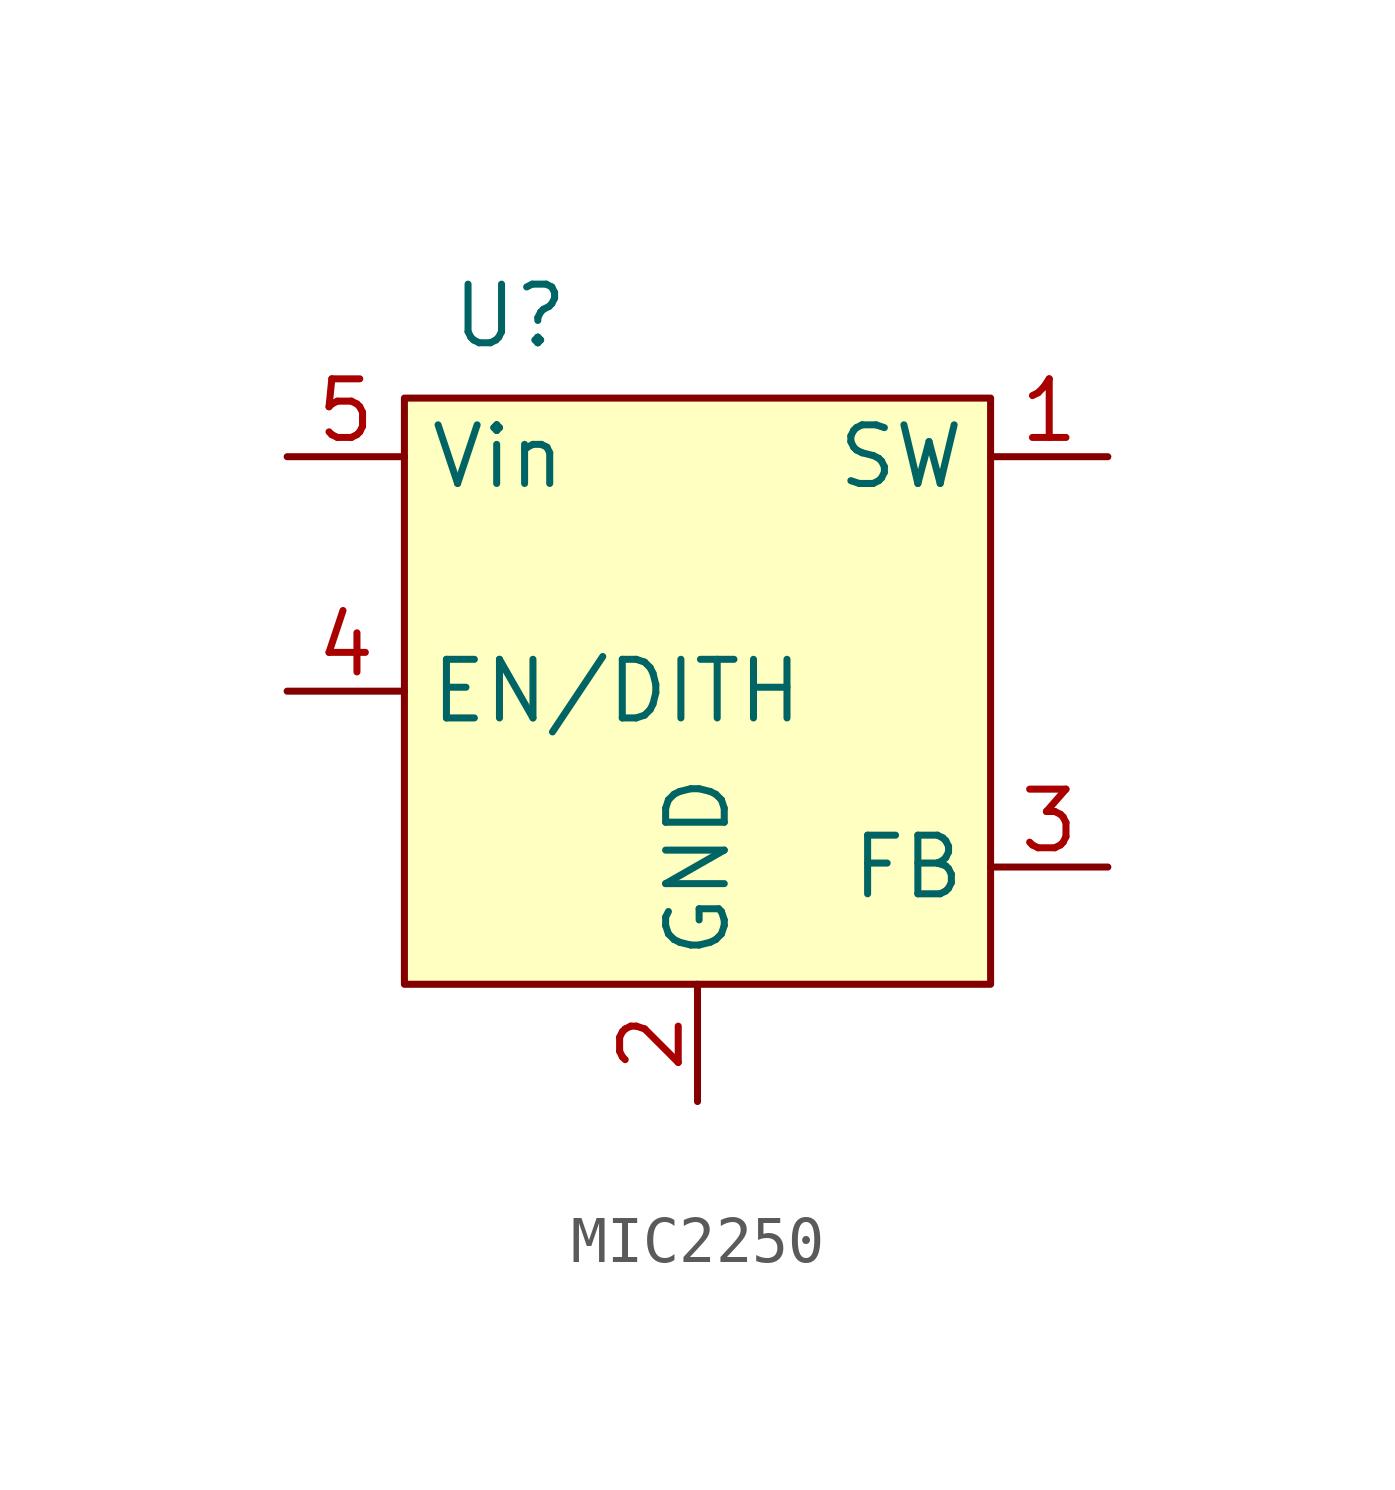
<source format=kicad_sym>
(kicad_symbol_lib
  (version 20231120)
  (generator "kicad_symbol_editor")
  (generator_version "8.0")
  (symbol "MIC2250"
    (property "Reference" "U"
      (at -1.524 5.588 0)
      (effects (font (size 1.27 1.27))))
    (property "Value" ""
      (at 0 0 0)
      (effects (font (size 1.27 1.27))))
    (symbol "MIC2250_0_1"
      (polyline (pts (xy -3.81 3.81) (xy 8.89 3.81) (xy 8.89 -8.89) (xy -3.81 -8.89) (xy -3.81 3.81)) (stroke (width 0) (type default)) (fill (type background))))
    (symbol "MIC2250_1_1"
      (pin output line (at 11.43 2.54 180) (length 2.54) (name "SW" (effects (font (size 1.27 1.27)))) (number "1" (effects (font (size 1.27 1.27)))))
      (pin input line (at 2.54 -11.43 90) (length 2.54) (name "GND" (effects (font (size 1.27 1.27)))) (number "2" (effects (font (size 1.27 1.27)))))
      (pin input line (at 11.43 -6.35 180) (length 2.54) (name "FB" (effects (font (size 1.27 1.27)))) (number "3" (effects (font (size 1.27 1.27)))))
      (pin input line (at -6.35 -2.54 0) (length 2.54) (name "EN/DITH" (effects (font (size 1.27 1.27)))) (number "4" (effects (font (size 1.27 1.27)))))
      (pin input line (at -6.35 2.54 0) (length 2.54) (name "Vin" (effects (font (size 1.27 1.27)))) (number "5" (effects (font (size 1.27 1.27))))))))
</source>
